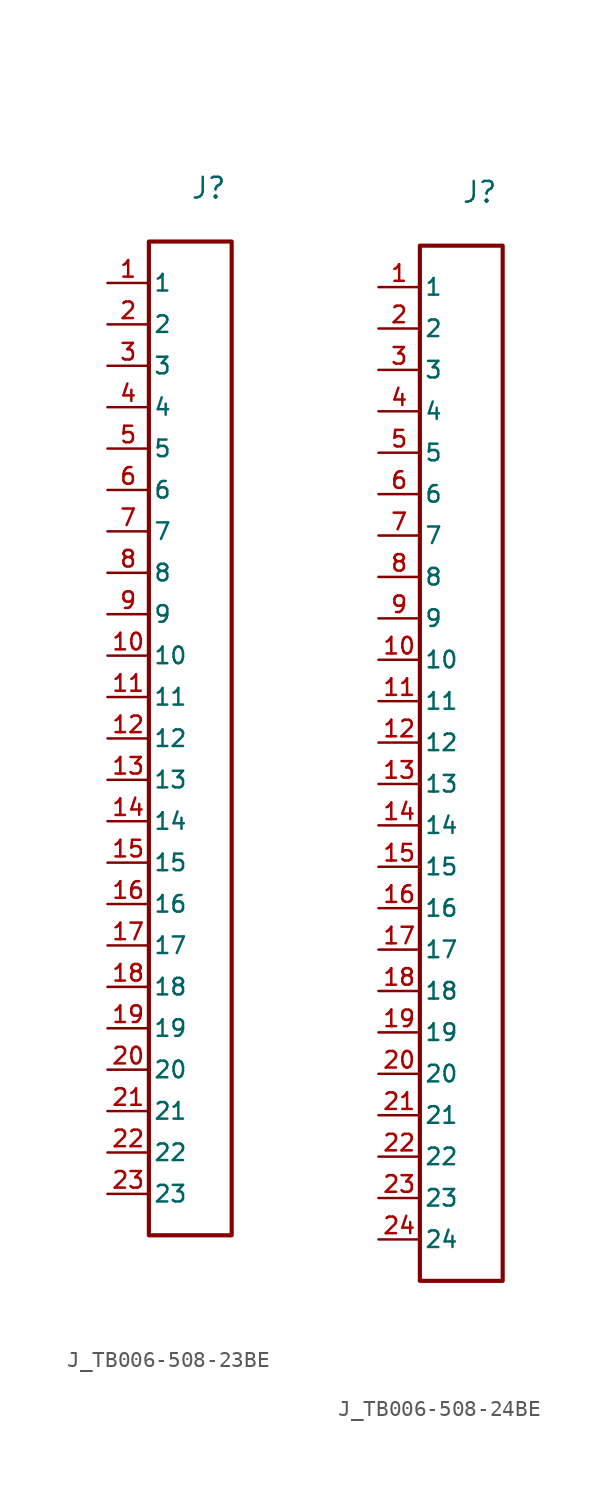
<source format=kicad_sym>
(kicad_symbol_lib
  (version 20231120)
  (generator "kicad_symbol_editor")
  (generator_version "8.0")
  (symbol "J_TB006-508-23BE"
    (pin_names
      (offset 0.254))
    (property "Reference" "J"
      (at 0 33.02 0)
      (effects (font (size 1.27 1.27)) (justify left bottom)))
    (symbol "J_TB006-508-23BE_0_0"
      (pin passive line (at -5.08 27.94 0) (length 2.54) (name "1" (effects (font (size 1.016 1.016)))) (number "1" (effects (font (size 1.016 1.016)))))
      (pin passive line (at -5.08 25.4 0) (length 2.54) (name "2" (effects (font (size 1.016 1.016)))) (number "2" (effects (font (size 1.016 1.016)))))
      (pin passive line (at -5.08 22.86 0) (length 2.54) (name "3" (effects (font (size 1.016 1.016)))) (number "3" (effects (font (size 1.016 1.016)))))
      (pin passive line (at -5.08 20.32 0) (length 2.54) (name "4" (effects (font (size 1.016 1.016)))) (number "4" (effects (font (size 1.016 1.016)))))
      (pin passive line (at -5.08 17.78 0) (length 2.54) (name "5" (effects (font (size 1.016 1.016)))) (number "5" (effects (font (size 1.016 1.016)))))
      (pin passive line (at -5.08 15.24 0) (length 2.54) (name "6" (effects (font (size 1.016 1.016)))) (number "6" (effects (font (size 1.016 1.016)))))
      (pin passive line (at -5.08 12.7 0) (length 2.54) (name "7" (effects (font (size 1.016 1.016)))) (number "7" (effects (font (size 1.016 1.016)))))
      (pin passive line (at -5.08 10.16 0) (length 2.54) (name "8" (effects (font (size 1.016 1.016)))) (number "8" (effects (font (size 1.016 1.016)))))
      (pin passive line (at -5.08 7.62 0) (length 2.54) (name "9" (effects (font (size 1.016 1.016)))) (number "9" (effects (font (size 1.016 1.016)))))
      (pin passive line (at -5.08 5.08 0) (length 2.54) (name "10" (effects (font (size 1.016 1.016)))) (number "10" (effects (font (size 1.016 1.016)))))
      (pin passive line (at -5.08 2.54 0) (length 2.54) (name "11" (effects (font (size 1.016 1.016)))) (number "11" (effects (font (size 1.016 1.016)))))
      (pin passive line (at -5.08 0.0 0) (length 2.54) (name "12" (effects (font (size 1.016 1.016)))) (number "12" (effects (font (size 1.016 1.016)))))
      (pin passive line (at -5.08 -2.54 0) (length 2.54) (name "13" (effects (font (size 1.016 1.016)))) (number "13" (effects (font (size 1.016 1.016)))))
      (pin passive line (at -5.08 -5.08 0) (length 2.54) (name "14" (effects (font (size 1.016 1.016)))) (number "14" (effects (font (size 1.016 1.016)))))
      (pin passive line (at -5.08 -7.62 0) (length 2.54) (name "15" (effects (font (size 1.016 1.016)))) (number "15" (effects (font (size 1.016 1.016)))))
      (pin passive line (at -5.08 -10.16 0) (length 2.54) (name "16" (effects (font (size 1.016 1.016)))) (number "16" (effects (font (size 1.016 1.016)))))
      (pin passive line (at -5.08 -12.7 0) (length 2.54) (name "17" (effects (font (size 1.016 1.016)))) (number "17" (effects (font (size 1.016 1.016)))))
      (pin passive line (at -5.08 -15.24 0) (length 2.54) (name "18" (effects (font (size 1.016 1.016)))) (number "18" (effects (font (size 1.016 1.016)))))
      (pin passive line (at -5.08 -17.78 0) (length 2.54) (name "19" (effects (font (size 1.016 1.016)))) (number "19" (effects (font (size 1.016 1.016)))))
      (pin passive line (at -5.08 -20.32 0) (length 2.54) (name "20" (effects (font (size 1.016 1.016)))) (number "20" (effects (font (size 1.016 1.016)))))
      (pin passive line (at -5.08 -22.86 0) (length 2.54) (name "21" (effects (font (size 1.016 1.016)))) (number "21" (effects (font (size 1.016 1.016)))))
      (pin passive line (at -5.08 -25.4 0) (length 2.54) (name "22" (effects (font (size 1.016 1.016)))) (number "22" (effects (font (size 1.016 1.016)))))
      (pin passive line (at -5.08 -27.94 0) (length 2.54) (name "23" (effects (font (size 1.016 1.016)))) (number "23" (effects (font (size 1.016 1.016))))))
    (symbol "J_TB006-508-23BE_1_0"
      (rectangle (start -2.54 30.48) (end 2.54 -30.48) (stroke (width 0.254) (type solid)) (fill (type none)))))
  (symbol "J_TB006-508-24BE"
    (pin_names
      (offset 0.254))
    (property "Reference" "J"
      (at 0 34.29 0)
      (effects (font (size 1.27 1.27)) (justify left bottom)))
    (symbol "J_TB006-508-24BE_0_0"
      (pin passive line (at -5.08 29.21 0) (length 2.54) (name "1" (effects (font (size 1.016 1.016)))) (number "1" (effects (font (size 1.016 1.016)))))
      (pin passive line (at -5.08 26.67 0) (length 2.54) (name "2" (effects (font (size 1.016 1.016)))) (number "2" (effects (font (size 1.016 1.016)))))
      (pin passive line (at -5.08 24.13 0) (length 2.54) (name "3" (effects (font (size 1.016 1.016)))) (number "3" (effects (font (size 1.016 1.016)))))
      (pin passive line (at -5.08 21.59 0) (length 2.54) (name "4" (effects (font (size 1.016 1.016)))) (number "4" (effects (font (size 1.016 1.016)))))
      (pin passive line (at -5.08 19.05 0) (length 2.54) (name "5" (effects (font (size 1.016 1.016)))) (number "5" (effects (font (size 1.016 1.016)))))
      (pin passive line (at -5.08 16.51 0) (length 2.54) (name "6" (effects (font (size 1.016 1.016)))) (number "6" (effects (font (size 1.016 1.016)))))
      (pin passive line (at -5.08 13.97 0) (length 2.54) (name "7" (effects (font (size 1.016 1.016)))) (number "7" (effects (font (size 1.016 1.016)))))
      (pin passive line (at -5.08 11.43 0) (length 2.54) (name "8" (effects (font (size 1.016 1.016)))) (number "8" (effects (font (size 1.016 1.016)))))
      (pin passive line (at -5.08 8.89 0) (length 2.54) (name "9" (effects (font (size 1.016 1.016)))) (number "9" (effects (font (size 1.016 1.016)))))
      (pin passive line (at -5.08 6.35 0) (length 2.54) (name "10" (effects (font (size 1.016 1.016)))) (number "10" (effects (font (size 1.016 1.016)))))
      (pin passive line (at -5.08 3.81 0) (length 2.54) (name "11" (effects (font (size 1.016 1.016)))) (number "11" (effects (font (size 1.016 1.016)))))
      (pin passive line (at -5.08 1.27 0) (length 2.54) (name "12" (effects (font (size 1.016 1.016)))) (number "12" (effects (font (size 1.016 1.016)))))
      (pin passive line (at -5.08 -1.27 0) (length 2.54) (name "13" (effects (font (size 1.016 1.016)))) (number "13" (effects (font (size 1.016 1.016)))))
      (pin passive line (at -5.08 -3.81 0) (length 2.54) (name "14" (effects (font (size 1.016 1.016)))) (number "14" (effects (font (size 1.016 1.016)))))
      (pin passive line (at -5.08 -6.35 0) (length 2.54) (name "15" (effects (font (size 1.016 1.016)))) (number "15" (effects (font (size 1.016 1.016)))))
      (pin passive line (at -5.08 -8.89 0) (length 2.54) (name "16" (effects (font (size 1.016 1.016)))) (number "16" (effects (font (size 1.016 1.016)))))
      (pin passive line (at -5.08 -11.43 0) (length 2.54) (name "17" (effects (font (size 1.016 1.016)))) (number "17" (effects (font (size 1.016 1.016)))))
      (pin passive line (at -5.08 -13.97 0) (length 2.54) (name "18" (effects (font (size 1.016 1.016)))) (number "18" (effects (font (size 1.016 1.016)))))
      (pin passive line (at -5.08 -16.51 0) (length 2.54) (name "19" (effects (font (size 1.016 1.016)))) (number "19" (effects (font (size 1.016 1.016)))))
      (pin passive line (at -5.08 -19.05 0) (length 2.54) (name "20" (effects (font (size 1.016 1.016)))) (number "20" (effects (font (size 1.016 1.016)))))
      (pin passive line (at -5.08 -21.59 0) (length 2.54) (name "21" (effects (font (size 1.016 1.016)))) (number "21" (effects (font (size 1.016 1.016)))))
      (pin passive line (at -5.08 -24.13 0) (length 2.54) (name "22" (effects (font (size 1.016 1.016)))) (number "22" (effects (font (size 1.016 1.016)))))
      (pin passive line (at -5.08 -26.67 0) (length 2.54) (name "23" (effects (font (size 1.016 1.016)))) (number "23" (effects (font (size 1.016 1.016)))))
      (pin passive line (at -5.08 -29.21 0) (length 2.54) (name "24" (effects (font (size 1.016 1.016)))) (number "24" (effects (font (size 1.016 1.016))))))
    (symbol "J_TB006-508-24BE_1_0"
      (rectangle (start -2.54 31.75) (end 2.54 -31.75) (stroke (width 0.254) (type solid)) (fill (type none))))))
</source>
